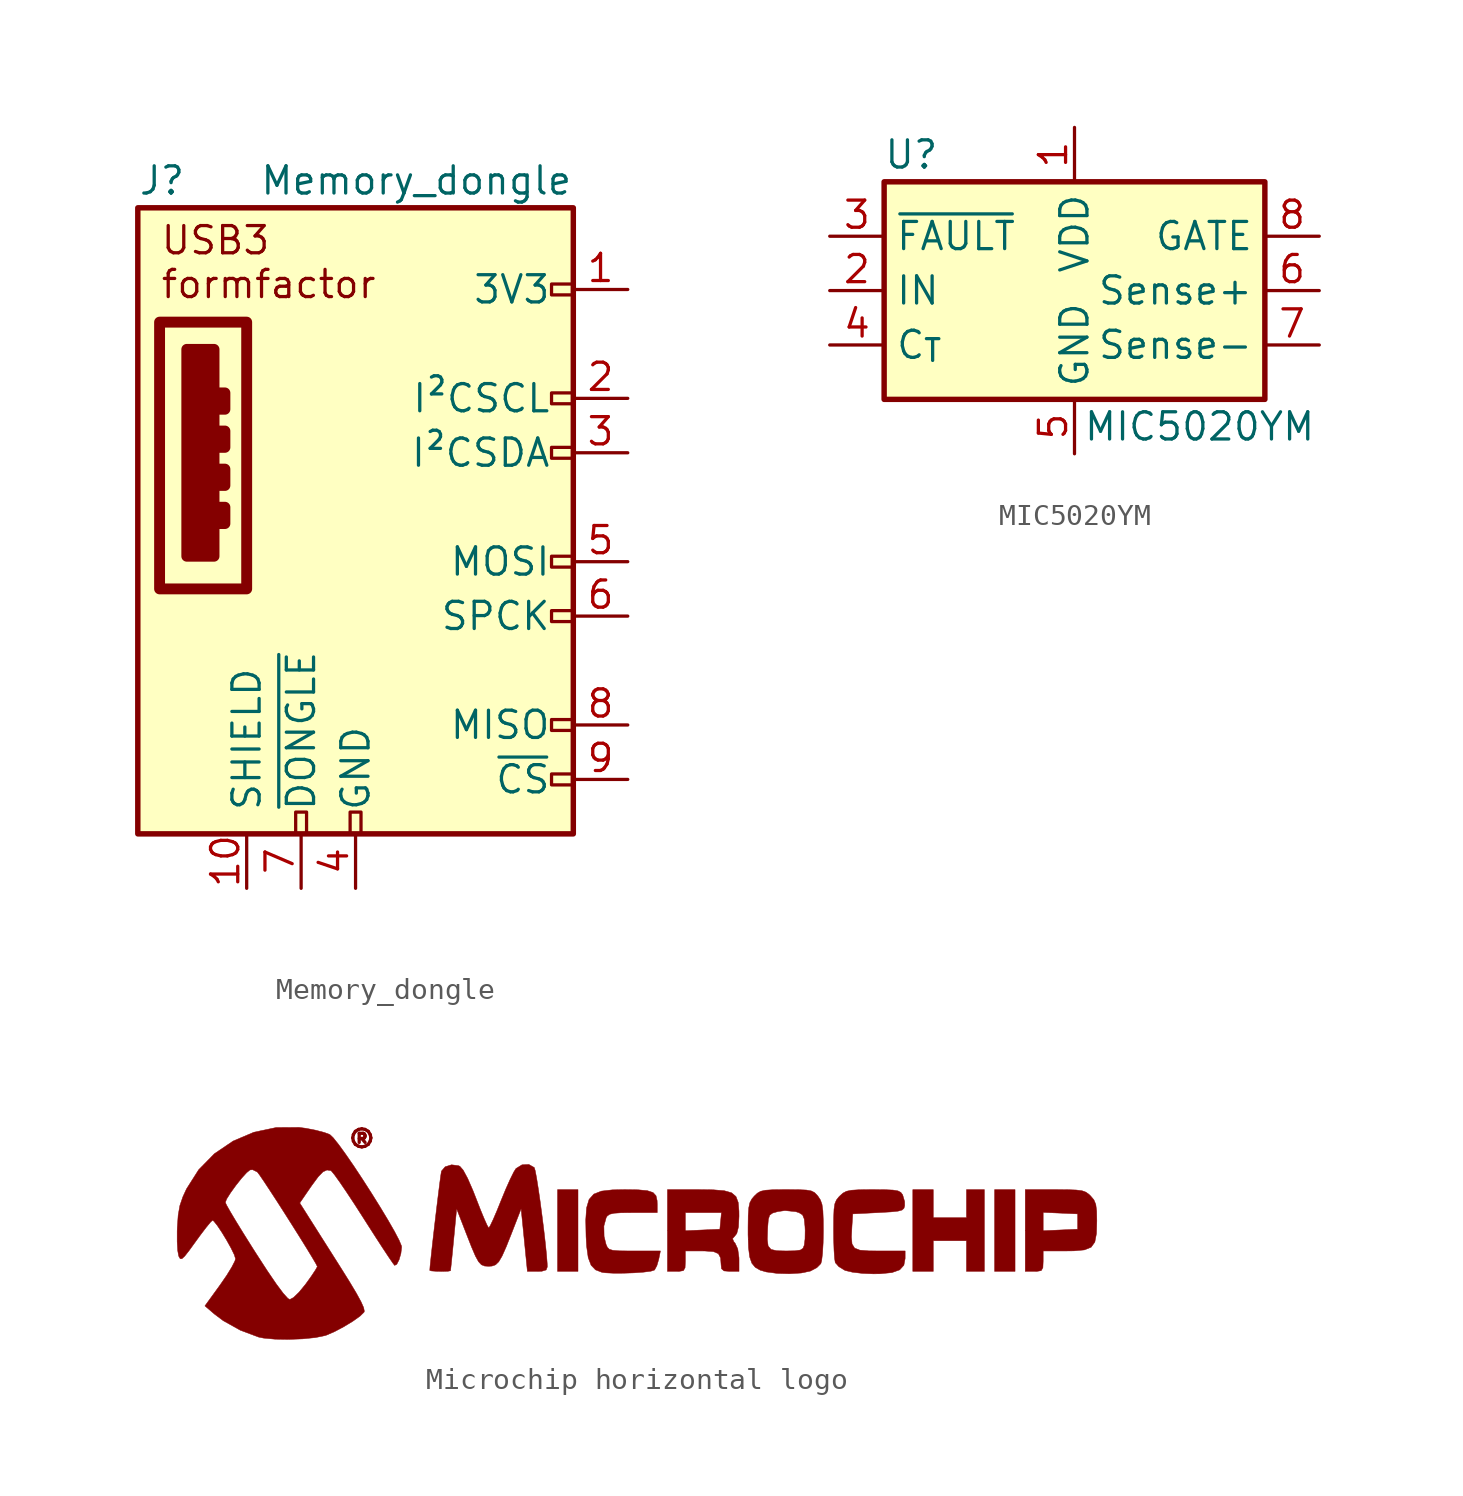
<source format=kicad_sym>
(kicad_symbol_lib
  (version 20241209)
  (generator "kicad_symbol_editor")
  (generator_version "9.0")
  (symbol "Memory_dongle"
    (pin_names
      (offset 1.016))
    (property "Reference" "J"
      (at -10.16 15.24 0)
      (effects (font (size 1.27 1.27)) (justify left)))
    (property "Value" "Memory_dongle"
      (at 10.16 15.24 0)
      (effects (font (size 1.27 1.27)) (justify right)))
    (symbol "Memory_dongle_0_0"
      (rectangle (start -9.144 8.636) (end -5.08 -3.81) (stroke (width 0.508) (type default)) (fill (type none)))
      (rectangle (start -7.874 7.366) (end -6.604 -2.286) (stroke (width 0.508) (type default)) (fill (type outline)))
      (rectangle (start -6.35 5.334) (end -6.096 4.572) (stroke (width 0.508) (type default)) (fill (type none)))
      (rectangle (start -6.35 3.556) (end -6.096 2.794) (stroke (width 0.508) (type default)) (fill (type none)))
      (rectangle (start -6.35 1.778) (end -6.096 1.016) (stroke (width 0.508) (type default)) (fill (type none)))
      (rectangle (start -6.35 0) (end -6.096 -0.762) (stroke (width 0.508) (type default)) (fill (type none)))
      (rectangle (start -2.794 -15.24) (end -2.286 -14.224) (stroke (width 0) (type default)) (fill (type none)))
      (rectangle (start -0.254 -15.24) (end 0.254 -14.224) (stroke (width 0) (type default)) (fill (type none)))
      (rectangle (start 10.16 10.414) (end 9.144 9.906) (stroke (width 0) (type default)) (fill (type none)))
      (rectangle (start 10.16 5.334) (end 9.144 4.826) (stroke (width 0) (type default)) (fill (type none)))
      (rectangle (start 10.16 2.794) (end 9.144 2.286) (stroke (width 0) (type default)) (fill (type none)))
      (rectangle (start 10.16 -2.286) (end 9.144 -2.794) (stroke (width 0) (type default)) (fill (type none)))
      (rectangle (start 10.16 -4.826) (end 9.144 -5.334) (stroke (width 0) (type default)) (fill (type none)))
      (rectangle (start 10.16 -9.906) (end 9.144 -10.414) (stroke (width 0) (type default)) (fill (type none)))
      (rectangle (start 10.16 -12.446) (end 9.144 -12.954) (stroke (width 0) (type default)) (fill (type none))))
    (symbol "Memory_dongle_0_1"
      (rectangle (start -10.16 13.97) (end 10.16 -15.24) (stroke (width 0.254) (type default)) (fill (type background))))
    (symbol "Memory_dongle_1_1"
      (text "USB3\nformfactor" (at -9.144 11.43 0) (effects (font (size 1.27 1.27)) (justify left)))
      (pin passive line (at -5.08 -17.78 90) (length 2.54) (name "SHIELD" (effects (font (size 1.27 1.27)))) (number "10" (effects (font (size 1.27 1.27)))))
      (pin passive line (at -2.54 -17.78 90) (length 2.54) (name "~{DONGLE}" (effects (font (size 1.27 1.27)))) (number "7" (effects (font (size 1.27 1.27)))))
      (pin power_in line (at 0 -17.78 90) (length 2.54) (name "GND" (effects (font (size 1.27 1.27)))) (number "4" (effects (font (size 1.27 1.27)))))
      (pin passive line (at 12.7 10.16 180) (length 2.54) (name "3V3" (effects (font (size 1.27 1.27)))) (number "1" (effects (font (size 1.27 1.27)))))
      (pin bidirectional line (at 12.7 5.08 180) (length 2.54) (name "I²CSCL" (effects (font (size 1.27 1.27)))) (number "2" (effects (font (size 1.27 1.27)))))
      (pin bidirectional line (at 12.7 2.54 180) (length 2.54) (name "I²CSDA" (effects (font (size 1.27 1.27)))) (number "3" (effects (font (size 1.27 1.27)))))
      (pin output line (at 12.7 -2.54 180) (length 2.54) (name "MOSI" (effects (font (size 1.27 1.27)))) (number "5" (effects (font (size 1.27 1.27)))))
      (pin output line (at 12.7 -5.08 180) (length 2.54) (name "SPCK" (effects (font (size 1.27 1.27)))) (number "6" (effects (font (size 1.27 1.27)))))
      (pin input line (at 12.7 -10.16 180) (length 2.54) (name "MISO" (effects (font (size 1.27 1.27)))) (number "8" (effects (font (size 1.27 1.27)))))
      (pin input line (at 12.7 -12.7 180) (length 2.54) (name "~{CS}" (effects (font (size 1.27 1.27)))) (number "9" (effects (font (size 1.27 1.27)))))))
  (symbol "MIC5020YM"
    (property "Reference" "U"
      (at -7.62 3.81 0)
      (effects (font (size 1.27 1.27))))
    (property "Value" "MIC5020YM"
      (at 5.842 -8.89 0)
      (effects (font (size 1.27 1.27))))
    (symbol "MIC5020YM_1_1"
      (rectangle (start -8.89 2.54) (end 8.89 -7.62) (stroke (width 0.254) (type default)) (fill (type background)))
      (pin passive line (at -11.43 0 0) (length 2.54) (name "~{FAULT}" (effects (font (size 1.27 1.27)))) (number "3" (effects (font (size 1.27 1.27)))))
      (pin passive line (at -11.43 -2.54 0) (length 2.54) (name "IN" (effects (font (size 1.27 1.27)))) (number "2" (effects (font (size 1.27 1.27)))))
      (pin passive line (at -11.43 -5.08 0) (length 2.54) (name "C_{T}" (effects (font (size 1.27 1.27)))) (number "4" (effects (font (size 1.27 1.27)))))
      (pin passive line (at 0 5.08 270) (length 2.54) (name "VDD" (effects (font (size 1.27 1.27)))) (number "1" (effects (font (size 1.27 1.27)))))
      (pin passive line (at 0 -10.16 90) (length 2.54) (name "GND" (effects (font (size 1.27 1.27)))) (number "5" (effects (font (size 1.27 1.27)))))
      (pin passive line (at 11.43 0 180) (length 2.54) (name "GATE" (effects (font (size 1.27 1.27)))) (number "8" (effects (font (size 1.27 1.27)))))
      (pin passive line (at 11.43 -2.54 180) (length 2.54) (name "Sense+" (effects (font (size 1.27 1.27)))) (number "6" (effects (font (size 1.27 1.27)))))
      (pin passive line (at 11.43 -5.08 180) (length 2.54) (name "Sense-" (effects (font (size 1.27 1.27)))) (number "7" (effects (font (size 1.27 1.27)))))))
  (symbol "Microchip horizontal logo"
    (pin_names
      (offset 1.016))
    (property "Reference" "#G"
      (at 0 4.373 0)
      (effects (font (size 1.27 1.27)) (hide yes)))
    (symbol "Microchip horizontal logo_0_0"
      (polyline (pts (xy -15.59 -4.937) (xy -14.996 -4.877) (xy -14.547 -4.785) (xy -14.473 -4.76) (xy -14.093 -4.595) (xy -13.661 -4.365) (xy -13.244 -4.111) (xy -12.91 -3.873) (xy -12.726 -3.692) (xy -12.712 -3.644) (xy -12.745 -3.477) (xy -12.869 -3.199) (xy -13.094 -2.789) (xy -13.432 -2.225) (xy -13.895 -1.486) (xy -13.929 -1.433) (xy -14.339 -0.785) (xy -14.722 -0.182) (xy -15.051 0.338) (xy -15.303 0.735) (xy -15.451 0.97) (xy -15.726 1.403) (xy -15.227 2.131) (xy -15.159 2.228) (xy -14.863 2.629) (xy -14.641 2.857) (xy -14.456 2.942) (xy -14.274 2.914) (xy -14.25 2.896) (xy -14.104 2.719) (xy -13.861 2.381) (xy -13.541 1.911) (xy -13.165 1.341) (xy -12.753 0.7) (xy -12.607 0.47) (xy -12.211 -0.148) (xy -11.863 -0.685) (xy -11.581 -1.111) (xy -11.386 -1.396) (xy -11.299 -1.509) (xy -11.199 -1.458) (xy -11.092 -1.248) (xy -11.006 -0.954) (xy -10.971 -0.652) (xy -10.981 -0.596) (xy -11.092 -0.33) (xy -11.309 0.084) (xy -11.61 0.608) (xy -11.972 1.209) (xy -12.372 1.851) (xy -12.788 2.499) (xy -13.197 3.118) (xy -13.578 3.672) (xy -13.908 4.127) (xy -14.164 4.447) (xy -14.323 4.598) (xy -14.571 4.691) (xy -14.984 4.8) (xy -15.45 4.89) (xy -15.754 4.929) (xy -16.825 4.924) (xy -17.863 4.706) (xy -18.835 4.293) (xy -19.706 3.704) (xy -20.442 2.954) (xy -21.009 2.061) (xy -21.177 1.696) (xy -21.268 1.431) (xy -19.199 1.431) (xy -19.133 1.597) (xy -18.952 1.883) (xy -18.706 2.224) (xy -18.442 2.556) (xy -18.206 2.817) (xy -18.048 2.945) (xy -17.923 2.956) (xy -17.705 2.849) (xy -17.604 2.716) (xy -17.401 2.419) (xy -17.122 1.996) (xy -16.789 1.485) (xy -16.427 0.92) (xy -16.058 0.338) (xy -15.704 -0.225) (xy -15.389 -0.732) (xy -15.136 -1.149) (xy -14.967 -1.437) (xy -14.906 -1.562) (xy -14.908 -1.572) (xy -14.996 -1.729) (xy -15.185 -2.013) (xy -15.442 -2.372) (xy -15.469 -2.407) (xy -15.761 -2.762) (xy -16.016 -3.008) (xy -16.188 -3.1) (xy -16.275 -3.054) (xy -16.491 -2.818) (xy -16.816 -2.383) (xy -17.251 -1.744) (xy -17.798 -0.899) (xy -17.97 -0.627) (xy -18.363 0.0002) (xy -18.701 0.55) (xy -18.965 0.993) (xy -19.137 1.297) (xy -19.199 1.431) (xy -21.268 1.431) (xy -21.319 1.282) (xy -21.398 0.836) (xy -21.439 0.254) (xy -21.445 0.095) (xy -21.445 -0.402) (xy -21.421 -0.813) (xy -21.376 -1.063) (xy -21.364 -1.094) (xy -21.305 -1.195) (xy -21.225 -1.199) (xy -21.095 -1.08) (xy -20.886 -0.814) (xy -20.57 -0.377) (xy -20.366 -0.097) (xy -20.094 0.261) (xy -19.893 0.505) (xy -19.796 0.596) (xy -19.735 0.555) (xy -19.574 0.354) (xy -19.362 0.038) (xy -19.135 -0.335) (xy -18.929 -0.705) (xy -18.78 -1.012) (xy -18.722 -1.198) (xy -18.751 -1.303) (xy -18.896 -1.588) (xy -19.134 -1.975) (xy -19.436 -2.413) (xy -20.15 -3.399) (xy -19.709 -3.778) (xy -19.295 -4.089) (xy -18.503 -4.532) (xy -17.649 -4.853) (xy -17.414 -4.901) (xy -16.882 -4.951) (xy -16.247 -4.962) (xy -15.59 -4.937)) (stroke (width 0.01) (type default)) (fill (type outline)))
      (polyline (pts (xy -4.429 -1.781) (xy -4.229 -1.721) (xy -4.175 -1.58) (xy -4.181 -1.409) (xy -4.213 -0.992) (xy -4.269 -0.449) (xy -4.34 0.174) (xy -4.423 0.832) (xy -4.509 1.479) (xy -4.595 2.071) (xy -4.673 2.562) (xy -4.738 2.906) (xy -4.784 3.058) (xy -5.037 3.201) (xy -5.357 3.184) (xy -5.637 3.011) (xy -5.735 2.856) (xy -5.905 2.515) (xy -6.112 2.052) (xy -6.331 1.52) (xy -6.524 1.043) (xy -6.704 0.625) (xy -6.838 0.343) (xy -6.906 0.238) (xy -6.909 0.239) (xy -6.981 0.359) (xy -7.115 0.656) (xy -7.294 1.089) (xy -7.499 1.614) (xy -7.641 1.976) (xy -7.891 2.55) (xy -8.1 2.937) (xy -8.255 3.115) (xy -8.319 3.144) (xy -8.642 3.185) (xy -8.94 3.093) (xy -9.113 2.892) (xy -9.115 2.883) (xy -9.145 2.696) (xy -9.195 2.326) (xy -9.259 1.817) (xy -9.333 1.215) (xy -9.41 0.568) (xy -9.485 -0.079) (xy -9.553 -0.68) (xy -9.608 -1.189) (xy -9.646 -1.559) (xy -9.659 -1.744) (xy -9.578 -1.767) (xy -9.345 -1.784) (xy -9.055 -1.789) (xy -8.806 -1.781) (xy -8.692 -1.759) (xy -8.692 -1.759) (xy -8.676 -1.63) (xy -8.642 -1.313) (xy -8.596 -0.853) (xy -8.542 -0.298) (xy -8.405 1.133) (xy -7.942 -0.06) (xy -7.942 -0.06) (xy -7.705 -0.662) (xy -7.527 -1.076) (xy -7.383 -1.336) (xy -7.249 -1.479) (xy -7.102 -1.538) (xy -6.916 -1.55) (xy -6.756 -1.54) (xy -6.589 -1.481) (xy -6.439 -1.336) (xy -6.284 -1.071) (xy -6.097 -0.651) (xy -5.854 -0.042) (xy -5.397 1.133) (xy -5.322 0.388) (xy -5.291 0.078) (xy -5.23 -0.527) (xy -5.176 -1.073) (xy -5.104 -1.789) (xy -4.639 -1.789) (xy -4.429 -1.781)) (stroke (width 0.01) (type default)) (fill (type outline)))
      (polyline (pts (xy -2.743 0.119) (xy -2.743 2.027) (xy -3.22 2.027) (xy -3.697 2.027) (xy -3.697 0.119) (xy -3.697 -1.789) (xy -3.22 -1.789) (xy -2.743 -1.789) (xy -2.743 0.119)) (stroke (width 0.01) (type default)) (fill (type outline)))
      (polyline (pts (xy -0.614 -1.873) (xy -0.124 -1.856) (xy 0.323 -1.823) (xy 0.661 -1.779) (xy 0.827 -1.725) (xy 0.829 -1.724) (xy 0.937 -1.523) (xy 1.026 -1.219) (xy 1.103 -0.835) (xy -0.107 -0.835) (xy -0.362 -0.835) (xy -0.824 -0.829) (xy -1.115 -0.806) (xy -1.281 -0.756) (xy -1.372 -0.667) (xy -1.434 -0.529) (xy -1.526 -0.155) (xy -1.535 0.329) (xy -1.427 0.723) (xy -1.38 0.795) (xy -1.264 0.878) (xy -1.057 0.926) (xy -0.71 0.949) (xy -0.175 0.954) (xy 0.954 0.954) (xy 0.954 1.347) (xy 0.949 1.509) (xy 0.897 1.741) (xy 0.758 1.891) (xy 0.494 1.978) (xy 0.067 2.018) (xy -0.56 2.027) (xy -1.14 2.016) (xy -1.65 1.957) (xy -2.004 1.819) (xy -2.226 1.569) (xy -2.343 1.177) (xy -2.382 0.61) (xy -2.367 -0.162) (xy -2.341 -0.617) (xy -2.266 -1.147) (xy -2.132 -1.501) (xy -1.925 -1.717) (xy -1.627 -1.831) (xy -1.464 -1.854) (xy -1.082 -1.874) (xy -0.614 -1.873)) (stroke (width 0.01) (type default)) (fill (type outline)))
      (polyline (pts (xy 1.972 -1.788) (xy 2.175 -1.753) (xy 2.253 -1.617) (xy 2.266 -1.312) (xy 2.266 -0.835) (xy 3.028 -0.835) (xy 3.167 -0.836) (xy 3.576 -0.865) (xy 3.808 -0.962) (xy 3.911 -1.162) (xy 3.935 -1.5) (xy 3.954 -1.665) (xy 4.07 -1.766) (xy 4.353 -1.789) (xy 4.77 -1.789) (xy 4.77 -1.232) (xy 4.768 -1.148) (xy 4.711 -0.74) (xy 4.588 -0.474) (xy 4.528 -0.404) (xy 4.468 -0.26) (xy 4.588 -0.122) (xy 4.667 -0.018) (xy 4.745 0.287) (xy 4.77 0.79) (xy 4.767 1.028) (xy 4.733 1.426) (xy 4.63 1.701) (xy 4.426 1.877) (xy 4.086 1.975) (xy 3.576 2.018) (xy 2.862 2.027) (xy 1.431 2.027) (xy 1.431 0.119) (xy 1.431 0.108) (xy 2.266 0.108) (xy 2.266 0.531) (xy 2.266 0.954) (xy 3.108 0.954) (xy 3.95 0.954) (xy 3.913 0.566) (xy 3.876 0.179) (xy 3.071 0.144) (xy 2.266 0.108) (xy 1.431 0.108) (xy 1.431 -1.789) (xy 1.848 -1.789) (xy 1.972 -1.788)) (stroke (width 0.01) (type default)) (fill (type outline)))
      (polyline (pts (xy 7.671 -1.864) (xy 8.094 -1.776) (xy 8.101 -1.774) (xy 8.398 -1.617) (xy 8.588 -1.426) (xy 8.626 -1.287) (xy 8.667 -0.939) (xy 8.695 -0.459) (xy 8.705 0.095) (xy 8.701 0.611) (xy 8.683 1.045) (xy 8.642 1.338) (xy 8.569 1.543) (xy 8.458 1.713) (xy 8.416 1.765) (xy 8.295 1.889) (xy 8.143 1.966) (xy 7.91 2.008) (xy 7.542 2.024) (xy 6.988 2.027) (xy 6.864 2.027) (xy 6.347 2.022) (xy 6.004 1.999) (xy 5.781 1.95) (xy 5.625 1.861) (xy 5.481 1.724) (xy 5.369 1.592) (xy 5.276 1.417) (xy 5.224 1.176) (xy 5.199 0.81) (xy 5.192 0.264) (xy 5.192 -0.079) (xy 5.2 -0.302) (xy 6.089 -0.302) (xy 6.105 0.192) (xy 6.11 0.286) (xy 6.138 0.64) (xy 6.201 0.834) (xy 6.336 0.933) (xy 6.581 1.003) (xy 6.912 1.05) (xy 7.416 0.999) (xy 7.567 0.952) (xy 7.734 0.848) (xy 7.813 0.657) (xy 7.848 0.302) (xy 7.856 0.124) (xy 7.85 -0.274) (xy 7.816 -0.558) (xy 7.815 -0.563) (xy 7.756 -0.711) (xy 7.635 -0.792) (xy 7.392 -0.827) (xy 6.97 -0.835) (xy 6.534 -0.825) (xy 6.264 -0.764) (xy 6.129 -0.605) (xy 6.089 -0.302) (xy 5.2 -0.302) (xy 5.213 -0.688) (xy 5.268 -1.118) (xy 5.369 -1.408) (xy 5.529 -1.6) (xy 5.758 -1.732) (xy 6.044 -1.815) (xy 6.552 -1.882) (xy 7.126 -1.898) (xy 7.671 -1.864)) (stroke (width 0.01) (type default)) (fill (type outline)))
      (polyline (pts (xy 11.349 -1.899) (xy 11.903 -1.845) (xy 12.265 -1.717) (xy 12.462 -1.501) (xy 12.521 -1.186) (xy 12.521 -0.835) (xy 11.331 -0.835) (xy 10.825 -0.831) (xy 10.409 -0.798) (xy 10.162 -0.702) (xy 10.043 -0.509) (xy 10.015 -0.184) (xy 10.039 0.306) (xy 10.077 0.894) (xy 11.269 0.954) (xy 11.34 0.958) (xy 11.86 0.988) (xy 12.191 1.023) (xy 12.378 1.075) (xy 12.466 1.156) (xy 12.499 1.276) (xy 12.497 1.469) (xy 12.405 1.783) (xy 12.401 1.791) (xy 12.32 1.898) (xy 12.189 1.967) (xy 11.96 2.006) (xy 11.586 2.023) (xy 11.021 2.027) (xy 10.896 2.027) (xy 10.368 2.021) (xy 10.016 1.999) (xy 9.785 1.951) (xy 9.623 1.866) (xy 9.475 1.734) (xy 9.425 1.684) (xy 9.313 1.54) (xy 9.241 1.366) (xy 9.202 1.107) (xy 9.186 0.714) (xy 9.182 0.134) (xy 9.186 -0.301) (xy 9.203 -0.8) (xy 9.228 -1.177) (xy 9.26 -1.375) (xy 9.263 -1.383) (xy 9.429 -1.569) (xy 9.707 -1.738) (xy 9.732 -1.748) (xy 10.056 -1.825) (xy 10.519 -1.881) (xy 11.034 -1.903) (xy 11.349 -1.899)) (stroke (width 0.01) (type default)) (fill (type outline)))
      (polyline (pts (xy 13.833 -1.073) (xy 13.833 -0.358) (xy 14.608 -0.358) (xy 15.383 -0.358) (xy 15.383 -1.073) (xy 15.383 -1.789) (xy 15.8 -1.789) (xy 16.218 -1.789) (xy 16.218 0.119) (xy 16.218 2.027) (xy 15.8 2.027) (xy 15.383 2.027) (xy 15.383 1.371) (xy 15.383 0.716) (xy 14.608 0.716) (xy 13.833 0.716) (xy 13.833 1.371) (xy 13.833 2.027) (xy 13.356 2.027) (xy 12.879 2.027) (xy 12.879 0.119) (xy 12.879 -1.789) (xy 13.356 -1.789) (xy 13.833 -1.789) (xy 13.833 -1.073)) (stroke (width 0.01) (type default)) (fill (type outline)))
      (polyline (pts (xy 17.649 0.119) (xy 17.649 2.027) (xy 17.172 2.027) (xy 16.695 2.027) (xy 16.695 0.119) (xy 16.695 -1.789) (xy 17.172 -1.789) (xy 17.649 -1.789) (xy 17.649 0.119)) (stroke (width 0.01) (type default)) (fill (type outline)))
      (polyline (pts (xy 18.666 -1.788) (xy 18.87 -1.753) (xy 18.948 -1.617) (xy 18.961 -1.312) (xy 18.961 -0.835) (xy 20.027 -0.835) (xy 20.397 -0.83) (xy 20.886 -0.786) (xy 21.198 -0.662) (xy 21.372 -0.42) (xy 21.448 -0.023) (xy 21.465 0.569) (xy 21.456 1.032) (xy 21.416 1.34) (xy 21.327 1.551) (xy 21.172 1.734) (xy 21.097 1.807) (xy 20.956 1.909) (xy 20.776 1.974) (xy 20.507 2.009) (xy 20.099 2.024) (xy 19.503 2.027) (xy 18.126 2.027) (xy 18.126 0.119) (xy 18.126 0.108) (xy 18.961 0.108) (xy 18.961 0.537) (xy 18.961 0.965) (xy 19.765 0.93) (xy 20.57 0.894) (xy 20.57 0.537) (xy 20.57 0.179) (xy 19.765 0.144) (xy 18.961 0.108) (xy 18.126 0.108) (xy 18.126 -1.789) (xy 18.543 -1.789) (xy 18.666 -1.788)) (stroke (width 0.01) (type default)) (fill (type outline))))
    (symbol "Microchip horizontal logo_1_1"
      (text "®" (at -12.83 4.426 0) (effects (font (size 0.635 0.635)))))))
</source>
